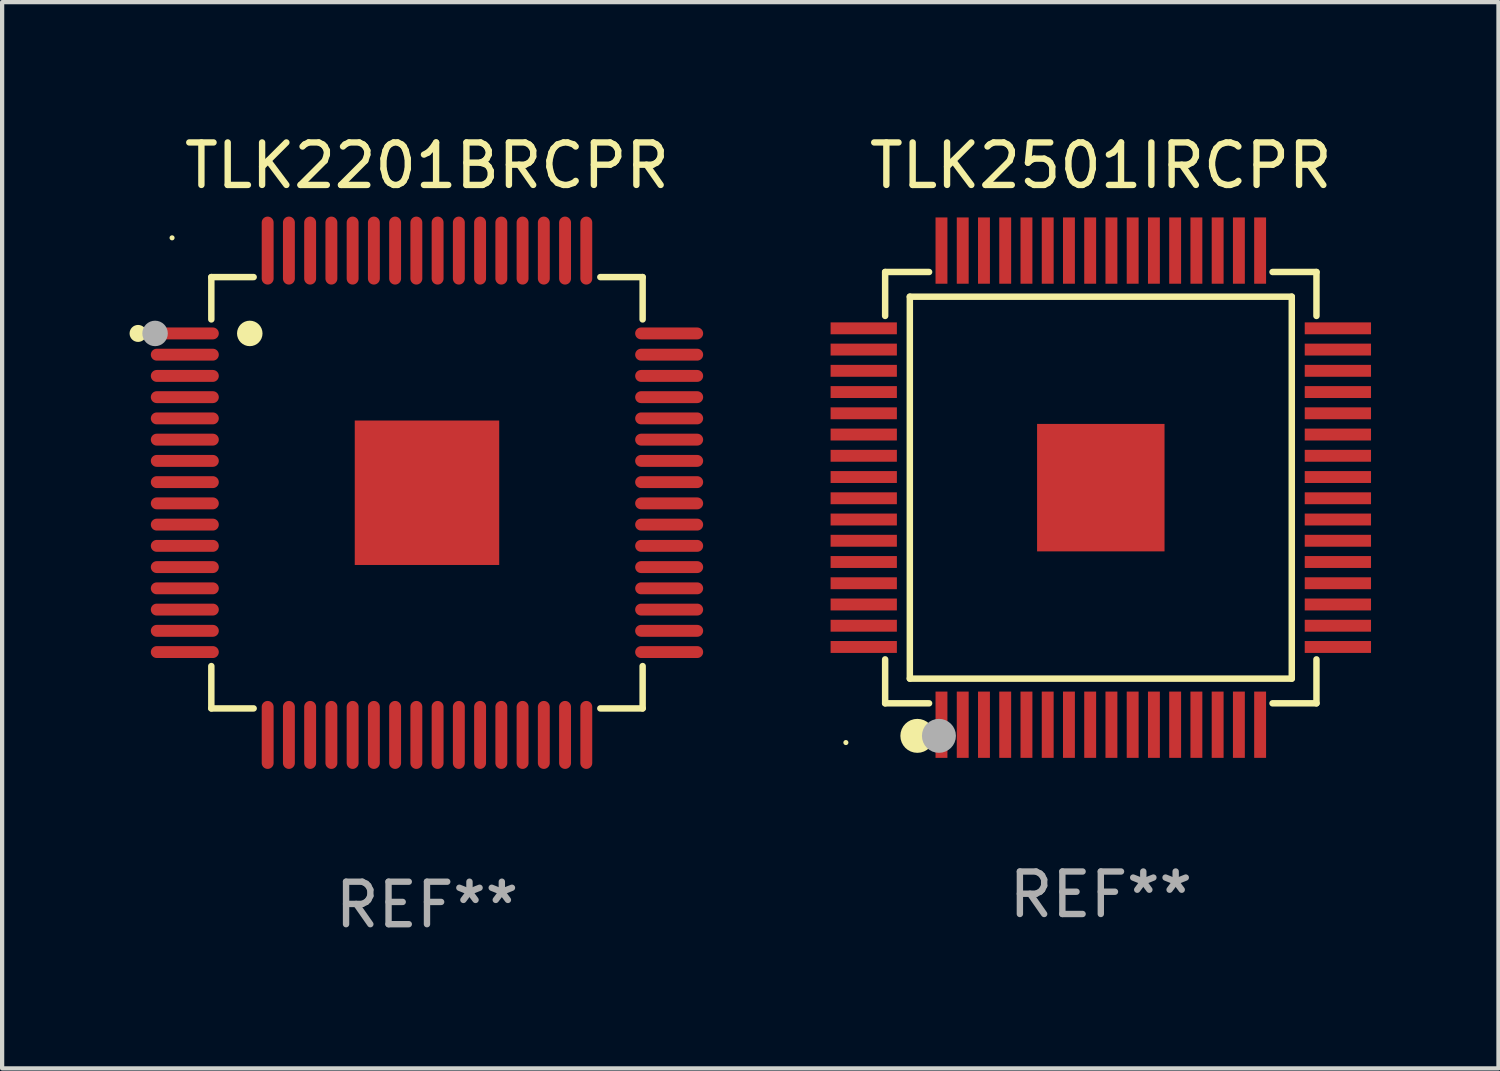
<source format=kicad_pcb>
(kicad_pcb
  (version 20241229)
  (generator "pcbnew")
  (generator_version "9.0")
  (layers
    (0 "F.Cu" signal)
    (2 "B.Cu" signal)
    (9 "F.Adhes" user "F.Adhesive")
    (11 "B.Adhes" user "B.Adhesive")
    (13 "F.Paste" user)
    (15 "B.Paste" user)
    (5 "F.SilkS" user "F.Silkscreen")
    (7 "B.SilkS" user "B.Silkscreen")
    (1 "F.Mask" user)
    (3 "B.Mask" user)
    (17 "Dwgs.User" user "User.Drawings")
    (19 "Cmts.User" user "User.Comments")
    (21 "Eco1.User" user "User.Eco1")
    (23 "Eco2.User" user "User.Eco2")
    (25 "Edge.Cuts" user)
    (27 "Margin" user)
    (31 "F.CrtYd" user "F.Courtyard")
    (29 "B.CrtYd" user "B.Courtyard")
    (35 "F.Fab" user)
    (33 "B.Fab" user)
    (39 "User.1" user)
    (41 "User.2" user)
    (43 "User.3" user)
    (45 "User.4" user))
  (footprint "TLK2201BRCPR"
    (layer "F.Cu")
    (at 7 8.548)
    (property "Reference" "TLK2201BRCPR" (at 0 -7.7 0) (layer "F.SilkS") (effects (font (size 1 1) (thickness 0.15))))
    (attr through_hole)
    (fp_line (start -5.076 -5.076) (end -5.076 -4.08) (stroke (width 0.152) (type solid)) (layer "F.SilkS"))
    (fp_line (start -5.076 5.076) (end -5.076 4.08) (stroke (width 0.152) (type solid)) (layer "F.SilkS"))
    (fp_line (start -4.08 -5.076) (end -5.076 -5.076) (stroke (width 0.152) (type solid)) (layer "F.SilkS"))
    (fp_line (start -4.08 5.076) (end -5.076 5.076) (stroke (width 0.152) (type solid)) (layer "F.SilkS"))
    (fp_line (start 4.08 -5.076) (end 5.076 -5.076) (stroke (width 0.152) (type solid)) (layer "F.SilkS"))
    (fp_line (start 4.08 5.076) (end 5.076 5.076) (stroke (width 0.152) (type solid)) (layer "F.SilkS"))
    (fp_line (start 5.076 -5.076) (end 5.076 -4.08) (stroke (width 0.152) (type solid)) (layer "F.SilkS"))
    (fp_line (start 5.076 5.076) (end 5.076 4.08) (stroke (width 0.152) (type solid)) (layer "F.SilkS"))
    (fp_circle (center -6.8 -3.75) (end -6.7 -3.75) (stroke (width 0.2) (type solid)) (fill no) (layer "F.SilkS"))
    (fp_circle (center -6 -6) (end -5.97 -6) (stroke (width 0.06) (type solid)) (fill no) (layer "F.SilkS"))
    (fp_circle (center -4.171 -3.75) (end -4.021 -3.75) (stroke (width 0.3) (type solid)) (fill no) (layer "F.SilkS"))
    (fp_circle (center -6.4 -3.75) (end -6.25 -3.75) (stroke (width 0.3) (type solid)) (fill no) (layer "F.Fab"))
    (fp_text user "REF**" (at 0 9.7 0) (layer "F.Fab") (effects (font (size 1 1) (thickness 0.15))))
    (pad "1" smd oval (at -5.7 -3.75 270) (size 0.28 1.6) (layers "F.Cu" "F.Mask" "F.Paste"))
    (pad "2" smd oval (at -5.7 -3.25 270) (size 0.28 1.6) (layers "F.Cu" "F.Mask" "F.Paste"))
    (pad "3" smd oval (at -5.7 -2.75 270) (size 0.28 1.6) (layers "F.Cu" "F.Mask" "F.Paste"))
    (pad "4" smd oval (at -5.7 -2.25 270) (size 0.28 1.6) (layers "F.Cu" "F.Mask" "F.Paste"))
    (pad "5" smd oval (at -5.7 -1.75 270) (size 0.28 1.6) (layers "F.Cu" "F.Mask" "F.Paste"))
    (pad "6" smd oval (at -5.7 -1.25 270) (size 0.28 1.6) (layers "F.Cu" "F.Mask" "F.Paste"))
    (pad "7" smd oval (at -5.7 -0.75 270) (size 0.28 1.6) (layers "F.Cu" "F.Mask" "F.Paste"))
    (pad "8" smd oval (at -5.7 -0.25 270) (size 0.28 1.6) (layers "F.Cu" "F.Mask" "F.Paste"))
    (pad "9" smd oval (at -5.7 0.25 270) (size 0.28 1.6) (layers "F.Cu" "F.Mask" "F.Paste"))
    (pad "10" smd oval (at -5.7 0.75 270) (size 0.28 1.6) (layers "F.Cu" "F.Mask" "F.Paste"))
    (pad "11" smd oval (at -5.7 1.25 270) (size 0.28 1.6) (layers "F.Cu" "F.Mask" "F.Paste"))
    (pad "12" smd oval (at -5.7 1.75 270) (size 0.28 1.6) (layers "F.Cu" "F.Mask" "F.Paste"))
    (pad "13" smd oval (at -5.7 2.25 270) (size 0.28 1.6) (layers "F.Cu" "F.Mask" "F.Paste"))
    (pad "14" smd oval (at -5.7 2.75 270) (size 0.28 1.6) (layers "F.Cu" "F.Mask" "F.Paste"))
    (pad "15" smd oval (at -5.7 3.25 270) (size 0.28 1.6) (layers "F.Cu" "F.Mask" "F.Paste"))
    (pad "16" smd oval (at -5.7 3.75 270) (size 0.28 1.6) (layers "F.Cu" "F.Mask" "F.Paste"))
    (pad "17" smd oval (at -3.75 5.7 270) (size 1.6 0.28) (layers "F.Cu" "F.Mask" "F.Paste"))
    (pad "18" smd oval (at -3.25 5.7 270) (size 1.6 0.28) (layers "F.Cu" "F.Mask" "F.Paste"))
    (pad "19" smd oval (at -2.75 5.7 270) (size 1.6 0.28) (layers "F.Cu" "F.Mask" "F.Paste"))
    (pad "20" smd oval (at -2.25 5.7 270) (size 1.6 0.28) (layers "F.Cu" "F.Mask" "F.Paste"))
    (pad "21" smd oval (at -1.75 5.7 270) (size 1.6 0.28) (layers "F.Cu" "F.Mask" "F.Paste"))
    (pad "22" smd oval (at -1.25 5.7 270) (size 1.6 0.28) (layers "F.Cu" "F.Mask" "F.Paste"))
    (pad "23" smd oval (at -0.75 5.7 270) (size 1.6 0.28) (layers "F.Cu" "F.Mask" "F.Paste"))
    (pad "24" smd oval (at -0.25 5.7 270) (size 1.6 0.28) (layers "F.Cu" "F.Mask" "F.Paste"))
    (pad "25" smd oval (at 0.25 5.7 270) (size 1.6 0.28) (layers "F.Cu" "F.Mask" "F.Paste"))
    (pad "26" smd oval (at 0.75 5.7 270) (size 1.6 0.28) (layers "F.Cu" "F.Mask" "F.Paste"))
    (pad "27" smd oval (at 1.25 5.7 270) (size 1.6 0.28) (layers "F.Cu" "F.Mask" "F.Paste"))
    (pad "28" smd oval (at 1.75 5.7 270) (size 1.6 0.28) (layers "F.Cu" "F.Mask" "F.Paste"))
    (pad "29" smd oval (at 2.25 5.7 270) (size 1.6 0.28) (layers "F.Cu" "F.Mask" "F.Paste"))
    (pad "30" smd oval (at 2.75 5.7 270) (size 1.6 0.28) (layers "F.Cu" "F.Mask" "F.Paste"))
    (pad "31" smd oval (at 3.25 5.7 270) (size 1.6 0.28) (layers "F.Cu" "F.Mask" "F.Paste"))
    (pad "32" smd oval (at 3.75 5.7 270) (size 1.6 0.28) (layers "F.Cu" "F.Mask" "F.Paste"))
    (pad "33" smd oval (at 5.7 3.75 270) (size 0.28 1.6) (layers "F.Cu" "F.Mask" "F.Paste"))
    (pad "34" smd oval (at 5.7 3.25 270) (size 0.28 1.6) (layers "F.Cu" "F.Mask" "F.Paste"))
    (pad "35" smd oval (at 5.7 2.75 270) (size 0.28 1.6) (layers "F.Cu" "F.Mask" "F.Paste"))
    (pad "36" smd oval (at 5.7 2.25 270) (size 0.28 1.6) (layers "F.Cu" "F.Mask" "F.Paste"))
    (pad "37" smd oval (at 5.7 1.75 270) (size 0.28 1.6) (layers "F.Cu" "F.Mask" "F.Paste"))
    (pad "38" smd oval (at 5.7 1.25 270) (size 0.28 1.6) (layers "F.Cu" "F.Mask" "F.Paste"))
    (pad "39" smd oval (at 5.7 0.75 270) (size 0.28 1.6) (layers "F.Cu" "F.Mask" "F.Paste"))
    (pad "40" smd oval (at 5.7 0.25 270) (size 0.28 1.6) (layers "F.Cu" "F.Mask" "F.Paste"))
    (pad "41" smd oval (at 5.7 -0.25 270) (size 0.28 1.6) (layers "F.Cu" "F.Mask" "F.Paste"))
    (pad "42" smd oval (at 5.7 -0.75 270) (size 0.28 1.6) (layers "F.Cu" "F.Mask" "F.Paste"))
    (pad "43" smd oval (at 5.7 -1.25 270) (size 0.28 1.6) (layers "F.Cu" "F.Mask" "F.Paste"))
    (pad "44" smd oval (at 5.7 -1.75 270) (size 0.28 1.6) (layers "F.Cu" "F.Mask" "F.Paste"))
    (pad "45" smd oval (at 5.7 -2.25 270) (size 0.28 1.6) (layers "F.Cu" "F.Mask" "F.Paste"))
    (pad "46" smd oval (at 5.7 -2.75 270) (size 0.28 1.6) (layers "F.Cu" "F.Mask" "F.Paste"))
    (pad "47" smd oval (at 5.7 -3.25 270) (size 0.28 1.6) (layers "F.Cu" "F.Mask" "F.Paste"))
    (pad "48" smd oval (at 5.7 -3.75 270) (size 0.28 1.6) (layers "F.Cu" "F.Mask" "F.Paste"))
    (pad "49" smd oval (at 3.75 -5.7 270) (size 1.6 0.28) (layers "F.Cu" "F.Mask" "F.Paste"))
    (pad "50" smd oval (at 3.25 -5.7 270) (size 1.6 0.28) (layers "F.Cu" "F.Mask" "F.Paste"))
    (pad "51" smd oval (at 2.75 -5.7 270) (size 1.6 0.28) (layers "F.Cu" "F.Mask" "F.Paste"))
    (pad "52" smd oval (at 2.25 -5.7 270) (size 1.6 0.28) (layers "F.Cu" "F.Mask" "F.Paste"))
    (pad "53" smd oval (at 1.75 -5.7 270) (size 1.6 0.28) (layers "F.Cu" "F.Mask" "F.Paste"))
    (pad "54" smd oval (at 1.25 -5.7 270) (size 1.6 0.28) (layers "F.Cu" "F.Mask" "F.Paste"))
    (pad "55" smd oval (at 0.75 -5.7 270) (size 1.6 0.28) (layers "F.Cu" "F.Mask" "F.Paste"))
    (pad "56" smd oval (at 0.25 -5.7 270) (size 1.6 0.28) (layers "F.Cu" "F.Mask" "F.Paste"))
    (pad "57" smd oval (at -0.25 -5.7 270) (size 1.6 0.28) (layers "F.Cu" "F.Mask" "F.Paste"))
    (pad "58" smd oval (at -0.75 -5.7 270) (size 1.6 0.28) (layers "F.Cu" "F.Mask" "F.Paste"))
    (pad "59" smd oval (at -1.25 -5.7 270) (size 1.6 0.28) (layers "F.Cu" "F.Mask" "F.Paste"))
    (pad "60" smd oval (at -1.75 -5.7 270) (size 1.6 0.28) (layers "F.Cu" "F.Mask" "F.Paste"))
    (pad "61" smd oval (at -2.25 -5.7 270) (size 1.6 0.28) (layers "F.Cu" "F.Mask" "F.Paste"))
    (pad "62" smd oval (at -2.75 -5.7 270) (size 1.6 0.28) (layers "F.Cu" "F.Mask" "F.Paste"))
    (pad "63" smd oval (at -3.25 -5.7 270) (size 1.6 0.28) (layers "F.Cu" "F.Mask" "F.Paste"))
    (pad "64" smd oval (at -3.75 -5.7 270) (size 1.6 0.28) (layers "F.Cu" "F.Mask" "F.Paste"))
    (pad "65" smd rect (at 0 0 270) (size 3.4 3.4) (layers "F.Cu" "F.Mask" "F.Paste")))
  (footprint "TLK2501IRCPR"
    (layer "F.Cu")
    (at 22.86 8.428)
    (property "Reference" "TLK2501IRCPR" (at 0 -7.58 0) (layer "F.SilkS") (effects (font (size 1 1) (thickness 0.15))))
    (attr through_hole)
    (fp_line (start -5.076 -5.076) (end -5.076 -4.042) (stroke (width 0.152) (type solid)) (layer "F.SilkS"))
    (fp_line (start -5.076 5.076) (end -5.076 4.042) (stroke (width 0.152) (type solid)) (layer "F.SilkS"))
    (fp_line (start -4.495 -4.495) (end 4.495 -4.495) (stroke (width 0.152) (type solid)) (layer "F.SilkS"))
    (fp_line (start -4.495 4.495) (end -4.495 -4.495) (stroke (width 0.152) (type solid)) (layer "F.SilkS"))
    (fp_line (start -4.042 -5.076) (end -5.076 -5.076) (stroke (width 0.152) (type solid)) (layer "F.SilkS"))
    (fp_line (start -4.042 5.076) (end -5.076 5.076) (stroke (width 0.152) (type solid)) (layer "F.SilkS"))
    (fp_line (start 4.042 -5.076) (end 5.076 -5.076) (stroke (width 0.152) (type solid)) (layer "F.SilkS"))
    (fp_line (start 4.042 5.076) (end 5.076 5.076) (stroke (width 0.152) (type solid)) (layer "F.SilkS"))
    (fp_line (start 4.495 -4.495) (end 4.495 4.495) (stroke (width 0.152) (type solid)) (layer "F.SilkS"))
    (fp_line (start 4.495 4.495) (end -4.495 4.495) (stroke (width 0.152) (type solid)) (layer "F.SilkS"))
    (fp_line (start 5.076 -5.076) (end 5.076 -4.042) (stroke (width 0.152) (type solid)) (layer "F.SilkS"))
    (fp_line (start 5.076 5.076) (end 5.076 4.042) (stroke (width 0.152) (type solid)) (layer "F.SilkS"))
    (fp_circle (center -6 6) (end -5.97 6) (stroke (width 0.06) (type solid)) (fill no) (layer "F.SilkS"))
    (fp_circle (center -4.318 5.842) (end -4.118 5.842) (stroke (width 0.4) (type solid)) (fill no) (layer "F.SilkS"))
    (fp_circle (center -3.81 5.842) (end -3.61 5.842) (stroke (width 0.4) (type solid)) (fill no) (layer "F.Fab"))
    (fp_text user "REF**" (at 0 9.58 0) (layer "F.Fab") (effects (font (size 1 1) (thickness 0.15))))
    (pad "1" smd rect (at -3.75 5.58) (size 0.28 1.56) (layers "F.Cu" "F.Mask" "F.Paste"))
    (pad "2" smd rect (at -3.25 5.58) (size 0.28 1.56) (layers "F.Cu" "F.Mask" "F.Paste"))
    (pad "3" smd rect (at -2.75 5.58) (size 0.28 1.56) (layers "F.Cu" "F.Mask" "F.Paste"))
    (pad "4" smd rect (at -2.25 5.58) (size 0.28 1.56) (layers "F.Cu" "F.Mask" "F.Paste"))
    (pad "5" smd rect (at -1.75 5.58) (size 0.28 1.56) (layers "F.Cu" "F.Mask" "F.Paste"))
    (pad "6" smd rect (at -1.25 5.58) (size 0.28 1.56) (layers "F.Cu" "F.Mask" "F.Paste"))
    (pad "7" smd rect (at -0.75 5.58) (size 0.28 1.56) (layers "F.Cu" "F.Mask" "F.Paste"))
    (pad "8" smd rect (at -0.25 5.58) (size 0.28 1.56) (layers "F.Cu" "F.Mask" "F.Paste"))
    (pad "9" smd rect (at 0.25 5.58) (size 0.28 1.56) (layers "F.Cu" "F.Mask" "F.Paste"))
    (pad "10" smd rect (at 0.75 5.58) (size 0.28 1.56) (layers "F.Cu" "F.Mask" "F.Paste"))
    (pad "11" smd rect (at 1.25 5.58) (size 0.28 1.56) (layers "F.Cu" "F.Mask" "F.Paste"))
    (pad "12" smd rect (at 1.75 5.58) (size 0.28 1.56) (layers "F.Cu" "F.Mask" "F.Paste"))
    (pad "13" smd rect (at 2.25 5.58) (size 0.28 1.56) (layers "F.Cu" "F.Mask" "F.Paste"))
    (pad "14" smd rect (at 2.75 5.58) (size 0.28 1.56) (layers "F.Cu" "F.Mask" "F.Paste"))
    (pad "15" smd rect (at 3.25 5.58) (size 0.28 1.56) (layers "F.Cu" "F.Mask" "F.Paste"))
    (pad "16" smd rect (at 3.75 5.58) (size 0.28 1.56) (layers "F.Cu" "F.Mask" "F.Paste"))
    (pad "17" smd rect (at 5.58 3.75) (size 1.56 0.28) (layers "F.Cu" "F.Mask" "F.Paste"))
    (pad "18" smd rect (at 5.58 3.25) (size 1.56 0.28) (layers "F.Cu" "F.Mask" "F.Paste"))
    (pad "19" smd rect (at 5.58 2.75) (size 1.56 0.28) (layers "F.Cu" "F.Mask" "F.Paste"))
    (pad "20" smd rect (at 5.58 2.25) (size 1.56 0.28) (layers "F.Cu" "F.Mask" "F.Paste"))
    (pad "21" smd rect (at 5.58 1.75) (size 1.56 0.28) (layers "F.Cu" "F.Mask" "F.Paste"))
    (pad "22" smd rect (at 5.58 1.25) (size 1.56 0.28) (layers "F.Cu" "F.Mask" "F.Paste"))
    (pad "23" smd rect (at 5.58 0.75) (size 1.56 0.28) (layers "F.Cu" "F.Mask" "F.Paste"))
    (pad "24" smd rect (at 5.58 0.25) (size 1.56 0.28) (layers "F.Cu" "F.Mask" "F.Paste"))
    (pad "25" smd rect (at 5.58 -0.25) (size 1.56 0.28) (layers "F.Cu" "F.Mask" "F.Paste"))
    (pad "26" smd rect (at 5.58 -0.75) (size 1.56 0.28) (layers "F.Cu" "F.Mask" "F.Paste"))
    (pad "27" smd rect (at 5.58 -1.25) (size 1.56 0.28) (layers "F.Cu" "F.Mask" "F.Paste"))
    (pad "28" smd rect (at 5.58 -1.75) (size 1.56 0.28) (layers "F.Cu" "F.Mask" "F.Paste"))
    (pad "29" smd rect (at 5.58 -2.25) (size 1.56 0.28) (layers "F.Cu" "F.Mask" "F.Paste"))
    (pad "30" smd rect (at 5.58 -2.75) (size 1.56 0.28) (layers "F.Cu" "F.Mask" "F.Paste"))
    (pad "31" smd rect (at 5.58 -3.25) (size 1.56 0.28) (layers "F.Cu" "F.Mask" "F.Paste"))
    (pad "32" smd rect (at 5.58 -3.75) (size 1.56 0.28) (layers "F.Cu" "F.Mask" "F.Paste"))
    (pad "33" smd rect (at 3.75 -5.58) (size 0.28 1.56) (layers "F.Cu" "F.Mask" "F.Paste"))
    (pad "34" smd rect (at 3.25 -5.58) (size 0.28 1.56) (layers "F.Cu" "F.Mask" "F.Paste"))
    (pad "35" smd rect (at 2.75 -5.58) (size 0.28 1.56) (layers "F.Cu" "F.Mask" "F.Paste"))
    (pad "36" smd rect (at 2.25 -5.58) (size 0.28 1.56) (layers "F.Cu" "F.Mask" "F.Paste"))
    (pad "37" smd rect (at 1.75 -5.58) (size 0.28 1.56) (layers "F.Cu" "F.Mask" "F.Paste"))
    (pad "38" smd rect (at 1.25 -5.58) (size 0.28 1.56) (layers "F.Cu" "F.Mask" "F.Paste"))
    (pad "39" smd rect (at 0.75 -5.58) (size 0.28 1.56) (layers "F.Cu" "F.Mask" "F.Paste"))
    (pad "40" smd rect (at 0.25 -5.58) (size 0.28 1.56) (layers "F.Cu" "F.Mask" "F.Paste"))
    (pad "41" smd rect (at -0.25 -5.58) (size 0.28 1.56) (layers "F.Cu" "F.Mask" "F.Paste"))
    (pad "42" smd rect (at -0.75 -5.58) (size 0.28 1.56) (layers "F.Cu" "F.Mask" "F.Paste"))
    (pad "43" smd rect (at -1.25 -5.58) (size 0.28 1.56) (layers "F.Cu" "F.Mask" "F.Paste"))
    (pad "44" smd rect (at -1.75 -5.58) (size 0.28 1.56) (layers "F.Cu" "F.Mask" "F.Paste"))
    (pad "45" smd rect (at -2.25 -5.58) (size 0.28 1.56) (layers "F.Cu" "F.Mask" "F.Paste"))
    (pad "46" smd rect (at -2.75 -5.58) (size 0.28 1.56) (layers "F.Cu" "F.Mask" "F.Paste"))
    (pad "47" smd rect (at -3.25 -5.58) (size 0.28 1.56) (layers "F.Cu" "F.Mask" "F.Paste"))
    (pad "48" smd rect (at -3.75 -5.58) (size 0.28 1.56) (layers "F.Cu" "F.Mask" "F.Paste"))
    (pad "49" smd rect (at -5.58 -3.75) (size 1.56 0.28) (layers "F.Cu" "F.Mask" "F.Paste"))
    (pad "50" smd rect (at -5.58 -3.25) (size 1.56 0.28) (layers "F.Cu" "F.Mask" "F.Paste"))
    (pad "51" smd rect (at -5.58 -2.75) (size 1.56 0.28) (layers "F.Cu" "F.Mask" "F.Paste"))
    (pad "52" smd rect (at -5.58 -2.25) (size 1.56 0.28) (layers "F.Cu" "F.Mask" "F.Paste"))
    (pad "53" smd rect (at -5.58 -1.75) (size 1.56 0.28) (layers "F.Cu" "F.Mask" "F.Paste"))
    (pad "54" smd rect (at -5.58 -1.25) (size 1.56 0.28) (layers "F.Cu" "F.Mask" "F.Paste"))
    (pad "55" smd rect (at -5.58 -0.75) (size 1.56 0.28) (layers "F.Cu" "F.Mask" "F.Paste"))
    (pad "56" smd rect (at -5.58 -0.25) (size 1.56 0.28) (layers "F.Cu" "F.Mask" "F.Paste"))
    (pad "57" smd rect (at -5.58 0.25) (size 1.56 0.28) (layers "F.Cu" "F.Mask" "F.Paste"))
    (pad "58" smd rect (at -5.58 0.75) (size 1.56 0.28) (layers "F.Cu" "F.Mask" "F.Paste"))
    (pad "59" smd rect (at -5.58 1.25) (size 1.56 0.28) (layers "F.Cu" "F.Mask" "F.Paste"))
    (pad "60" smd rect (at -5.58 1.75) (size 1.56 0.28) (layers "F.Cu" "F.Mask" "F.Paste"))
    (pad "61" smd rect (at -5.58 2.25) (size 1.56 0.28) (layers "F.Cu" "F.Mask" "F.Paste"))
    (pad "62" smd rect (at -5.58 2.75) (size 1.56 0.28) (layers "F.Cu" "F.Mask" "F.Paste"))
    (pad "63" smd rect (at -5.58 3.25) (size 1.56 0.28) (layers "F.Cu" "F.Mask" "F.Paste"))
    (pad "64" smd rect (at -5.58 3.75) (size 1.56 0.28) (layers "F.Cu" "F.Mask" "F.Paste"))
    (pad "65" smd rect (at 0 0) (size 3 3) (layers "F.Cu" "F.Mask" "F.Paste")))
  (gr_rect
    (start -3 -3)
    (end 32.22 22.097)
    (stroke (width 0.1) (type default))
    (fill no)
    (layer "Edge.Cuts")))
</source>
